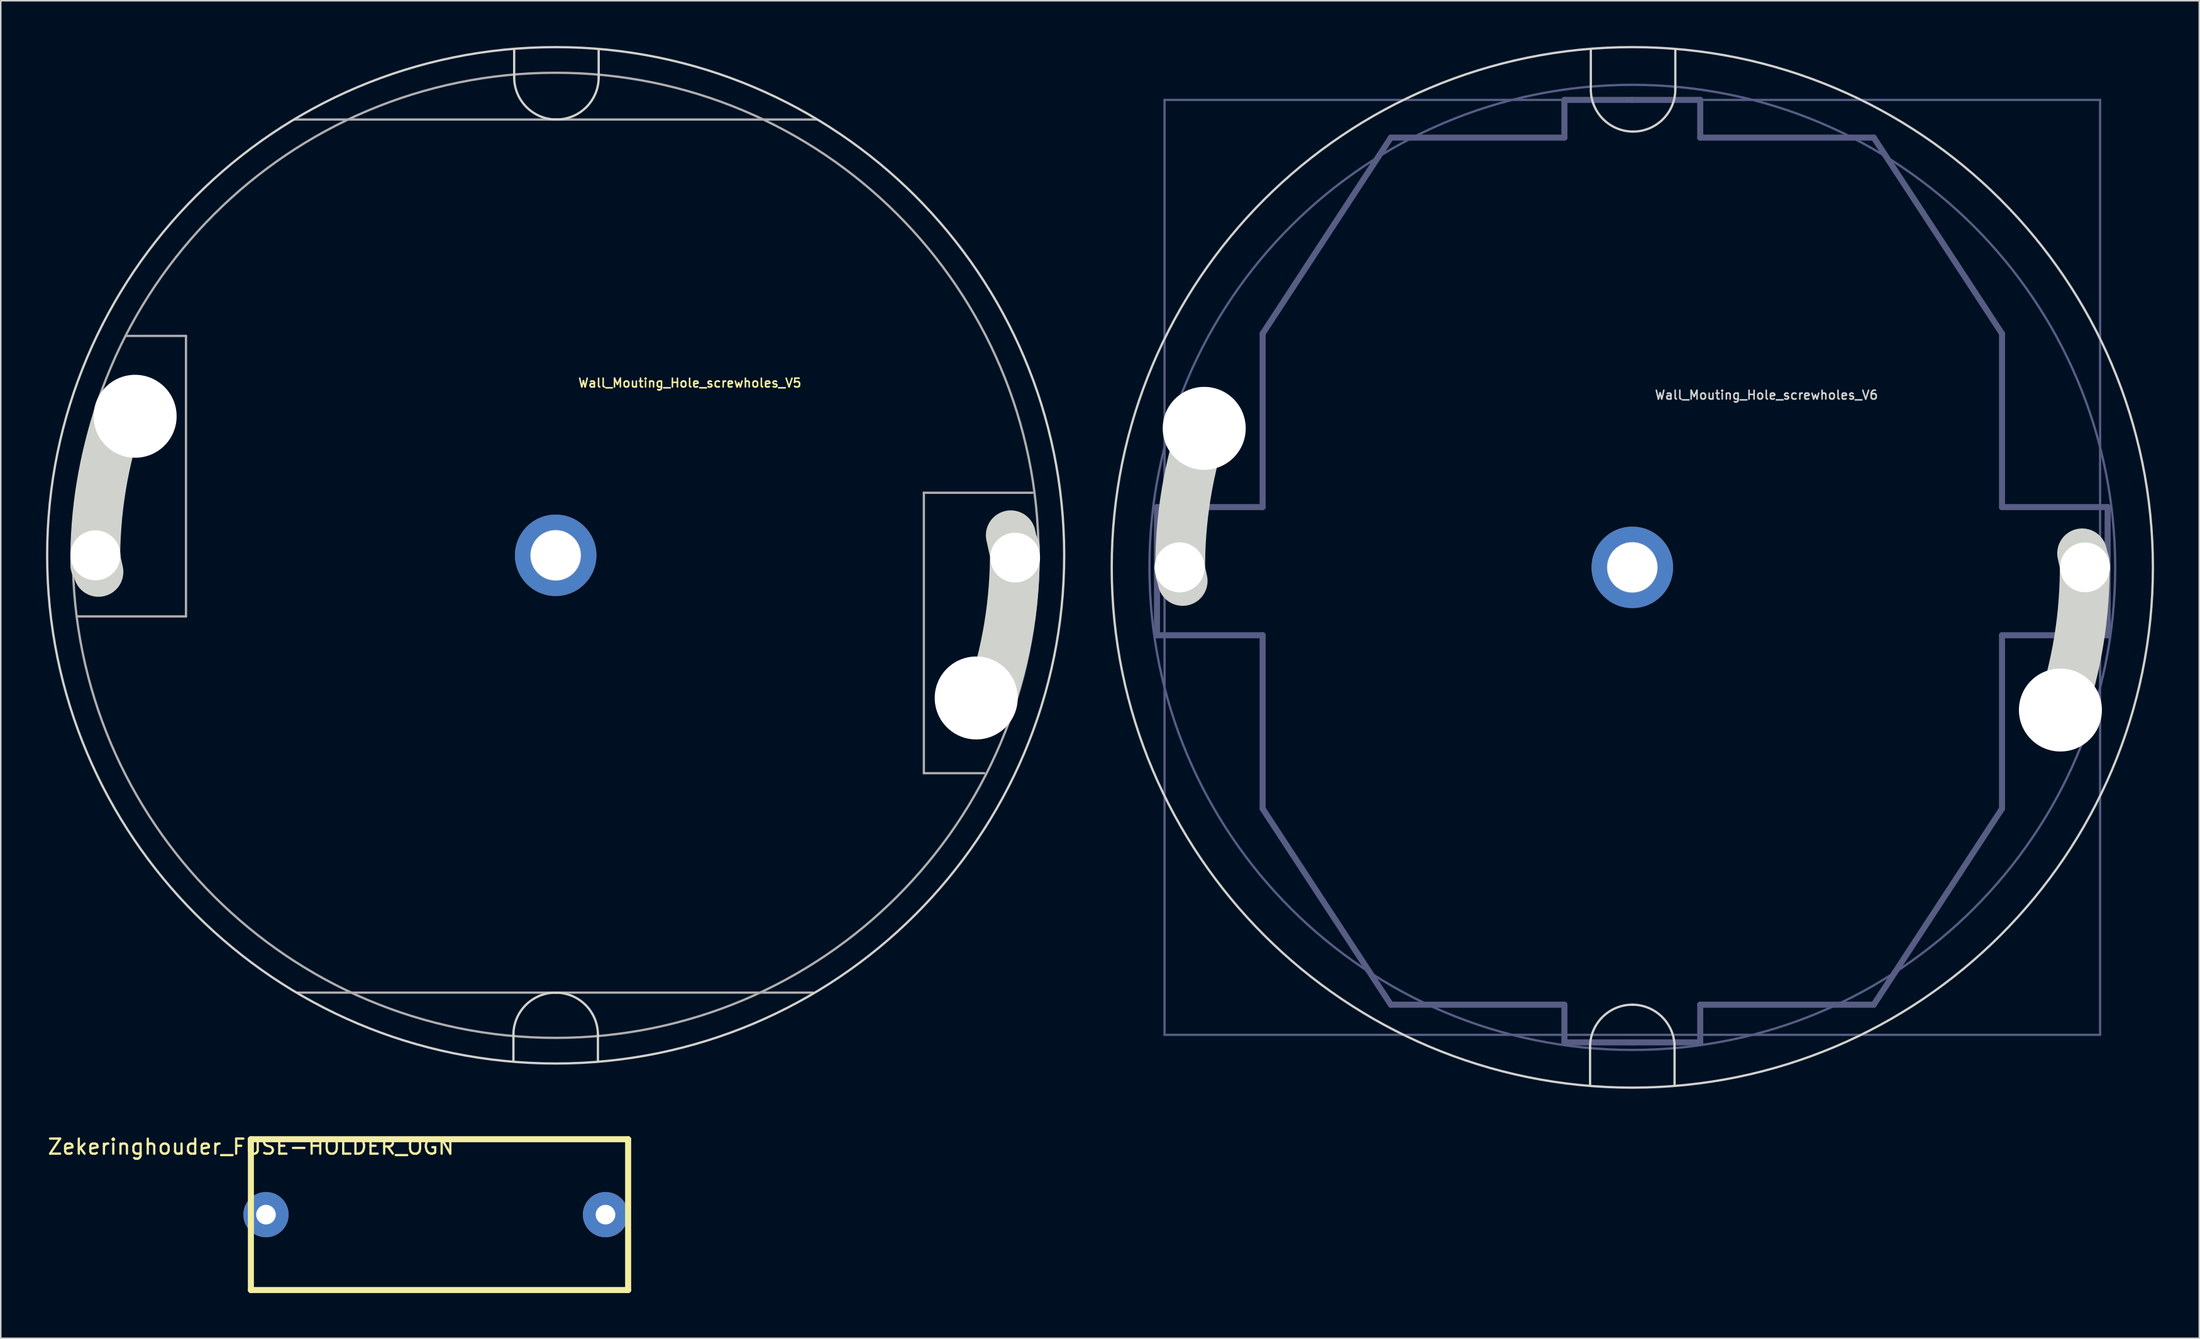
<source format=kicad_pcb>
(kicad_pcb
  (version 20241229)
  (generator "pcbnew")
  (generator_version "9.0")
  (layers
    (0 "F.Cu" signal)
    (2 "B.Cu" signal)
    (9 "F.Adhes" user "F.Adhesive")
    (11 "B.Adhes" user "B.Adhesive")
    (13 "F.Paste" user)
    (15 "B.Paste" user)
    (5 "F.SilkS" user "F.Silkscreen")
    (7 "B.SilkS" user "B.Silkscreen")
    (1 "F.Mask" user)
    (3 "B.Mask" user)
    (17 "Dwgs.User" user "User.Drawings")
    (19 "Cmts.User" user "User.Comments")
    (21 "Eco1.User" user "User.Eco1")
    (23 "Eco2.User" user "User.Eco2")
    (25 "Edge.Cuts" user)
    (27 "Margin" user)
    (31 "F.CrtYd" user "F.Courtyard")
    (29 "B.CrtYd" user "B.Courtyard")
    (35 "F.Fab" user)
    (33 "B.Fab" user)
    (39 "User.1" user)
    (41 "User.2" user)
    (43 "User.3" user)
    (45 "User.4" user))
  (footprint "Wall_Mouting_Hole_screwholes_V5"
    (layer "F.Cu")
    (at 33.775 33.775)
    (property "Reference" "Wall_Mouting_Hole_screwholes_V5" (at 8.89 -11.43 0) (layer "F.SilkS") (effects (font (size 0.584 0.584) (thickness 0.102))))
    (attr through_hole)
    (fp_line (start -1.557 -1.595) (end 1.6 1.458) (stroke (width 2) (type solid)) (layer "B.Mask"))
    (fp_line (start 1.976 1.935) (end -2.151 -2.169) (stroke (width 2) (type solid)) (layer "B.Mask"))
    (fp_line (start 1.976 1.935) (end -2.151 -2.169) (stroke (width 2) (type solid)) (layer "B.Paste"))
    (fp_line (start -30.5 0.2) (end -30.3 1.1) (stroke (width 3.3) (type solid)) (layer "Edge.Cuts"))
    (fp_line (start -2.8 31.8) (end -2.8 31.9) (stroke (width 0.15) (type solid)) (layer "Edge.Cuts"))
    (fp_line (start -2.8 31.85) (end -2.8 33.55) (stroke (width 0.15) (type solid)) (layer "Edge.Cuts"))
    (fp_line (start -2.75 -33.55) (end -2.75 -31.85) (stroke (width 0.15) (type solid)) (layer "Edge.Cuts"))
    (fp_line (start -2.75 -31.7) (end -2.75 -31.8) (stroke (width 0.15) (type solid)) (layer "Edge.Cuts"))
    (fp_line (start 2.8 31.85) (end 2.8 33.55) (stroke (width 0.15) (type solid)) (layer "Edge.Cuts"))
    (fp_line (start 2.8 31.9) (end 2.8 31.8) (stroke (width 0.15) (type solid)) (layer "Edge.Cuts"))
    (fp_line (start 2.85 -31.85) (end 2.85 -33.55) (stroke (width 0.15) (type solid)) (layer "Edge.Cuts"))
    (fp_line (start 2.85 -31.7) (end 2.85 -31.8) (stroke (width 0.15) (type solid)) (layer "Edge.Cuts"))
    (fp_line (start 30.36 -0.43) (end 30.16 -1.33) (stroke (width 3.3) (type solid)) (layer "Edge.Cuts"))
    (fp_arc (start -30.51 0.63) (mid -30.115161 -4.583026) (end -28.821089 -9.648292) (stroke (width 3.3) (type solid)) (layer "Edge.Cuts"))
    (fp_arc (start -2.8 31.8) (mid -1.979899 29.820101) (end 0 29) (stroke (width 0.15) (type solid)) (layer "Edge.Cuts"))
    (fp_arc (start 0 29) (mid 1.979899 29.820101) (end 2.8 31.8) (stroke (width 0.15) (type solid)) (layer "Edge.Cuts"))
    (fp_arc (start 0.05 -28.9) (mid -1.929899 -29.720101) (end -2.75 -31.7) (stroke (width 0.15) (type solid)) (layer "Edge.Cuts"))
    (fp_arc (start 2.85 -31.7) (mid 2.029899 -29.720101) (end 0.05 -28.9) (stroke (width 0.15) (type solid)) (layer "Edge.Cuts"))
    (fp_arc (start 30.43 -0.47) (mid 30.035161 4.743026) (end 28.741089 9.808292) (stroke (width 3.3) (type solid)) (layer "Edge.Cuts"))
    (fp_circle (center 0 0) (end 1.6 0.14) (stroke (width 0.15) (type solid)) (fill no) (layer "Edge.Cuts"))
    (fp_circle (center 0 0) (end 33.7 0) (stroke (width 0.15) (type solid)) (fill no) (layer "Edge.Cuts"))
    (fp_line (start -24.5 -14.55) (end -28.5 -14.55) (stroke (width 0.15) (type solid)) (layer "F.Fab"))
    (fp_line (start -24.5 -14.55) (end -24.5 4.05) (stroke (width 0.15) (type solid)) (layer "F.Fab"))
    (fp_line (start -24.5 4.05) (end -31.7 4.05) (stroke (width 0.15) (type solid)) (layer "F.Fab"))
    (fp_line (start 0 -28.9) (end -17.35 -28.9) (stroke (width 0.15) (type solid)) (layer "F.Fab"))
    (fp_line (start 0 -28.9) (end 17.3 -28.9) (stroke (width 0.15) (type solid)) (layer "F.Fab"))
    (fp_line (start 0 29) (end -17.1 29) (stroke (width 0.15) (type solid)) (layer "F.Fab"))
    (fp_line (start 0 29) (end 17.05 29) (stroke (width 0.15) (type solid)) (layer "F.Fab"))
    (fp_line (start 24.4 -4.15) (end 31.6 -4.15) (stroke (width 0.15) (type solid)) (layer "F.Fab"))
    (fp_line (start 24.4 14.45) (end 24.4 -4.15) (stroke (width 0.15) (type solid)) (layer "F.Fab"))
    (fp_line (start 24.4 14.45) (end 28.4 14.45) (stroke (width 0.15) (type solid)) (layer "F.Fab"))
    (fp_circle (center 0 0) (end 32 0) (stroke (width 0.15) (type solid)) (fill no) (layer "F.Fab"))
    (pad "" np_thru_hole circle (at -30.5 0) (size 3.3 3.3) (drill 3.3) (layers "*.Cu" "*.Mask"))
    (pad "" np_thru_hole circle (at -30.5 0 180) (size 3.3 3.3) (drill 3.3) (layers "*.Cu" "*.Mask"))
    (pad "" np_thru_hole circle (at -27.87 -9.22 180) (size 5.5 5.5) (drill 5.5) (layers "*.Cu" "*.Mask"))
    (pad "" np_thru_hole circle (at 0 0) (size 5.4 5.4) (drill 3.3) (layers "*.Cu" "*.Mask"))
    (pad "" np_thru_hole circle (at 27.87 9.46) (size 5.5 5.5) (drill 5.5) (layers "*.Cu" "*.Mask"))
    (pad "" np_thru_hole circle (at 30.45 0.15 180) (size 3.3 3.3) (drill 3.3) (layers "*.Cu" "*.Mask")))
  (footprint "Wall_Mouting_Hole_screwholes_V6"
    (layer "F.Cu")
    (at 105.125 34.575)
    (property "Reference" "Wall_Mouting_Hole_screwholes_V6" (at 8.89 -11.43 0) (layer "Edge.Cuts") (effects (font (size 0.584 0.584) (thickness 0.102))))
    (attr through_hole)
    (fp_line (start -1.557 -1.595) (end 1.6 1.458) (stroke (width 2) (type solid)) (layer "B.Mask"))
    (fp_line (start 1.976 1.935) (end -2.151 -2.169) (stroke (width 2) (type solid)) (layer "B.Mask"))
    (fp_line (start 1.976 1.935) (end -2.151 -2.169) (stroke (width 2) (type solid)) (layer "B.Paste"))
    (fp_line (start -30 0) (end -29.8 0.9) (stroke (width 3.3) (type solid)) (layer "Edge.Cuts"))
    (fp_line (start -2.8 31.8) (end -2.8 31.9) (stroke (width 0.15) (type solid)) (layer "Edge.Cuts"))
    (fp_line (start -2.8 31.9) (end -2.8 34.35) (stroke (width 0.15) (type solid)) (layer "Edge.Cuts"))
    (fp_line (start -2.75 -31.8) (end -2.75 -34.35) (stroke (width 0.15) (type solid)) (layer "Edge.Cuts"))
    (fp_line (start 2.8 31.9) (end 2.8 31.8) (stroke (width 0.15) (type solid)) (layer "Edge.Cuts"))
    (fp_line (start 2.8 31.9) (end 2.8 34.35) (stroke (width 0.15) (type solid)) (layer "Edge.Cuts"))
    (fp_line (start 2.85 -31.8) (end 2.85 -34.35) (stroke (width 0.15) (type solid)) (layer "Edge.Cuts"))
    (fp_line (start 2.85 -31.7) (end 2.85 -31.8) (stroke (width 0.15) (type solid)) (layer "Edge.Cuts"))
    (fp_line (start 30.01 -0.03) (end 29.81 -0.93) (stroke (width 3.3) (type solid)) (layer "Edge.Cuts"))
    (fp_arc (start -29.96 0.33) (mid -29.565161 -4.883026) (end -28.271089 -9.948292) (stroke (width 3.3) (type solid)) (layer "Edge.Cuts"))
    (fp_arc (start -2.8 31.8) (mid -1.979899 29.820101) (end 0 29) (stroke (width 0.15) (type solid)) (layer "Edge.Cuts"))
    (fp_arc (start 0 29) (mid 1.979899 29.820101) (end 2.8 31.8) (stroke (width 0.15) (type solid)) (layer "Edge.Cuts"))
    (fp_arc (start 0.05 -28.9) (mid -1.929899 -29.720101) (end -2.75 -31.7) (stroke (width 0.15) (type solid)) (layer "Edge.Cuts"))
    (fp_arc (start 2.85 -31.7) (mid 2.029899 -29.720101) (end 0.05 -28.9) (stroke (width 0.15) (type solid)) (layer "Edge.Cuts"))
    (fp_arc (start 29.98 -0.32) (mid 29.585161 4.893026) (end 28.291089 9.958292) (stroke (width 3.3) (type solid)) (layer "Edge.Cuts"))
    (fp_circle (center 0 0) (end 1.6 0.14) (stroke (width 0.15) (type solid)) (fill no) (layer "Edge.Cuts"))
    (fp_circle (center 0 0) (end 34.5 0) (stroke (width 0.15) (type solid)) (fill no) (layer "Edge.Cuts"))
    (fp_line (start -31.5 -4) (end -31.5 0.5) (stroke (width 0.4) (type solid)) (layer "B.Fab"))
    (fp_line (start -31.5 -4) (end -24.5 -4) (stroke (width 0.4) (type solid)) (layer "B.Fab"))
    (fp_line (start -31.5 4.5) (end -31.5 0) (stroke (width 0.4) (type solid)) (layer "B.Fab"))
    (fp_line (start -31.5 4.5) (end -24.5 4.5) (stroke (width 0.4) (type solid)) (layer "B.Fab"))
    (fp_line (start -31 -31) (end -31 31) (stroke (width 0.15) (type solid)) (layer "B.Fab"))
    (fp_line (start -31 -31) (end 31 -31) (stroke (width 0.15) (type solid)) (layer "B.Fab"))
    (fp_line (start -31 31) (end 31 31) (stroke (width 0.15) (type solid)) (layer "B.Fab"))
    (fp_line (start -24.5 -15.5) (end -16 -28.5) (stroke (width 0.4) (type solid)) (layer "B.Fab"))
    (fp_line (start -24.5 -4) (end -24.5 -15.5) (stroke (width 0.4) (type solid)) (layer "B.Fab"))
    (fp_line (start -24.5 4.5) (end -24.5 16) (stroke (width 0.4) (type solid)) (layer "B.Fab"))
    (fp_line (start -24.5 16) (end -16 29) (stroke (width 0.4) (type solid)) (layer "B.Fab"))
    (fp_line (start -4.5 -31) (end -4.5 -28.5) (stroke (width 0.4) (type solid)) (layer "B.Fab"))
    (fp_line (start -4.5 -28.5) (end -16 -28.5) (stroke (width 0.4) (type solid)) (layer "B.Fab"))
    (fp_line (start -4.5 29) (end -16 29) (stroke (width 0.4) (type solid)) (layer "B.Fab"))
    (fp_line (start -4.5 31.5) (end -4.5 29) (stroke (width 0.4) (type solid)) (layer "B.Fab"))
    (fp_line (start 0 -31) (end -4.5 -31) (stroke (width 0.4) (type solid)) (layer "B.Fab"))
    (fp_line (start 0 -31) (end 4.5 -31) (stroke (width 0.4) (type solid)) (layer "B.Fab"))
    (fp_line (start 0 31.5) (end -4.5 31.5) (stroke (width 0.4) (type solid)) (layer "B.Fab"))
    (fp_line (start 0 31.5) (end 4.5 31.5) (stroke (width 0.4) (type solid)) (layer "B.Fab"))
    (fp_line (start 4.5 -31) (end 4.5 -28.5) (stroke (width 0.4) (type solid)) (layer "B.Fab"))
    (fp_line (start 4.5 -28.5) (end 16 -28.5) (stroke (width 0.4) (type solid)) (layer "B.Fab"))
    (fp_line (start 4.5 29) (end 16 29) (stroke (width 0.4) (type solid)) (layer "B.Fab"))
    (fp_line (start 4.5 31.5) (end 4.5 29) (stroke (width 0.4) (type solid)) (layer "B.Fab"))
    (fp_line (start 24.5 -15.5) (end 16 -28.5) (stroke (width 0.4) (type solid)) (layer "B.Fab"))
    (fp_line (start 24.5 -4) (end 24.5 -15.5) (stroke (width 0.4) (type solid)) (layer "B.Fab"))
    (fp_line (start 24.5 4.5) (end 24.5 16) (stroke (width 0.4) (type solid)) (layer "B.Fab"))
    (fp_line (start 24.5 16) (end 16 29) (stroke (width 0.4) (type solid)) (layer "B.Fab"))
    (fp_line (start 31 -31) (end 31 31) (stroke (width 0.15) (type solid)) (layer "B.Fab"))
    (fp_line (start 31.5 -4) (end 24.5 -4) (stroke (width 0.4) (type solid)) (layer "B.Fab"))
    (fp_line (start 31.5 -4) (end 31.5 0.5) (stroke (width 0.4) (type solid)) (layer "B.Fab"))
    (fp_line (start 31.5 4.5) (end 24.5 4.5) (stroke (width 0.4) (type solid)) (layer "B.Fab"))
    (fp_line (start 31.5 4.5) (end 31.5 0) (stroke (width 0.4) (type solid)) (layer "B.Fab"))
    (fp_circle (center 0 0) (end 32 0) (stroke (width 0.15) (type solid)) (fill no) (layer "B.Fab"))
    (pad "" np_thru_hole circle (at -30 0 180) (size 3.3 3.3) (drill 3.3) (layers "*.Cu" "*.Mask"))
    (pad "" np_thru_hole circle (at -30 0) (size 3.3 3.3) (drill 3.3) (layers "*.Cu" "*.Mask"))
    (pad "" np_thru_hole circle (at -28.37 -9.22 180) (size 5.5 5.5) (drill 5.5) (layers "*.Cu" "*.Mask"))
    (pad "" np_thru_hole circle (at 0 0) (size 5.4 5.4) (drill 3.3) (layers "*.Cu" "*.Mask"))
    (pad "" np_thru_hole circle (at 28.37 9.46) (size 5.5 5.5) (drill 5.5) (layers "*.Cu" "*.Mask"))
    (pad "" np_thru_hole circle (at 30 0 180) (size 3.3 3.3) (drill 3.3) (layers "*.Cu" "*.Mask")))
  (footprint "Zekeringhouder_FUSE-HOLDER_OGN"
    (layer "F.Cu")
    (at 13.577 72.498)
    (property "Reference" "Zekeringhouder_FUSE-HOLDER_OGN" (at 0 0.5 0) (layer "F.SilkS") (effects (font (size 1 1) (thickness 0.15))))
    (attr through_hole)
    (fp_line (start 0 0) (end 0 10) (stroke (width 0.4) (type solid)) (layer "F.SilkS"))
    (fp_line (start 0 10) (end 25 10) (stroke (width 0.4) (type solid)) (layer "F.SilkS"))
    (fp_line (start 25 0) (end 0 0) (stroke (width 0.4) (type solid)) (layer "F.SilkS"))
    (fp_line (start 25 10) (end 25 0) (stroke (width 0.4) (type solid)) (layer "F.SilkS"))
    (pad "1" thru_hole circle (at 1 5) (size 3 3) (drill 1.3) (layers "*.Cu" "*.Mask"))
    (pad "2" thru_hole circle (at 23.5 5) (size 3 3) (drill 1.3) (layers "*.Cu" "*.Mask")))
  (gr_rect
    (start -3 -3)
    (end 142.7 85.698)
    (stroke (width 0.1) (type default))
    (fill no)
    (layer "Edge.Cuts")))
</source>
